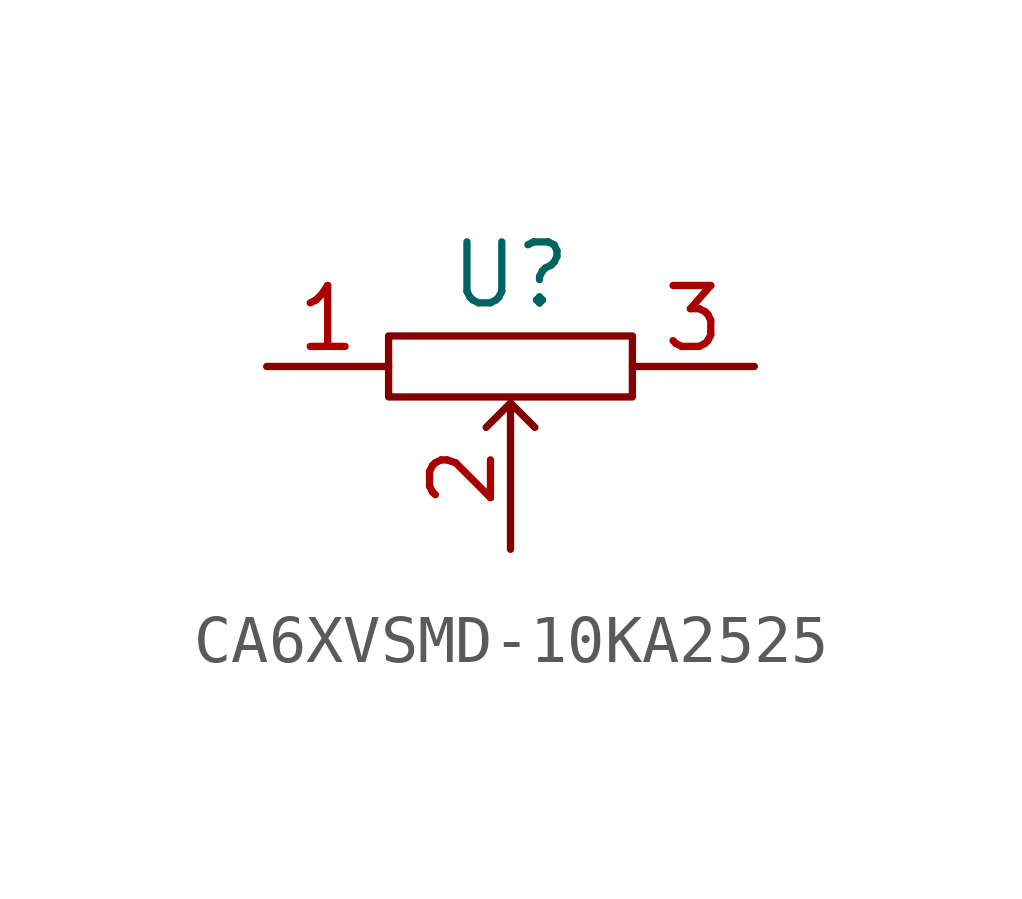
<source format=kicad_sym>
(kicad_symbol_lib
  (version 20211014)
  (generator kicad_symbol_editor)
  (symbol "CA6XVSMD-10KA2525"
    (property "Reference" "U"
      (at 0 1.905 0)
      (effects (font (size 1.27 1.27))))
    (symbol "CA6XVSMD-10KA2525_0_1"
      (rectangle (start -2.54 0.635) (end 2.54 -0.635) (stroke (width 0) (type default) (color 0 0 0 0)) (fill (type none)))
      (polyline (pts (xy 0 -0.762) (xy -0.508 -1.27)) (stroke (width 0) (type default) (color 0 0 0 0)) (fill (type none)))
      (polyline (pts (xy 0 -0.762) (xy 0.508 -1.27)) (stroke (width 0) (type default) (color 0 0 0 0)) (fill (type none))))
    (symbol "CA6XVSMD-10KA2525_1_1"
      (pin passive line (at -5.08 0 0) (length 2.54) (name "" (effects (font (size 1.27 1.27)))) (number "1" (effects (font (size 1.27 1.27)))))
      (pin passive line (at 0 -3.81 90) (length 3) (name "" (effects (font (size 1.27 1.27)))) (number "2" (effects (font (size 1.27 1.27)))))
      (pin passive line (at 5.08 0 180) (length 2.54) (name "" (effects (font (size 1.27 1.27)))) (number "3" (effects (font (size 1.27 1.27))))))))
</source>
